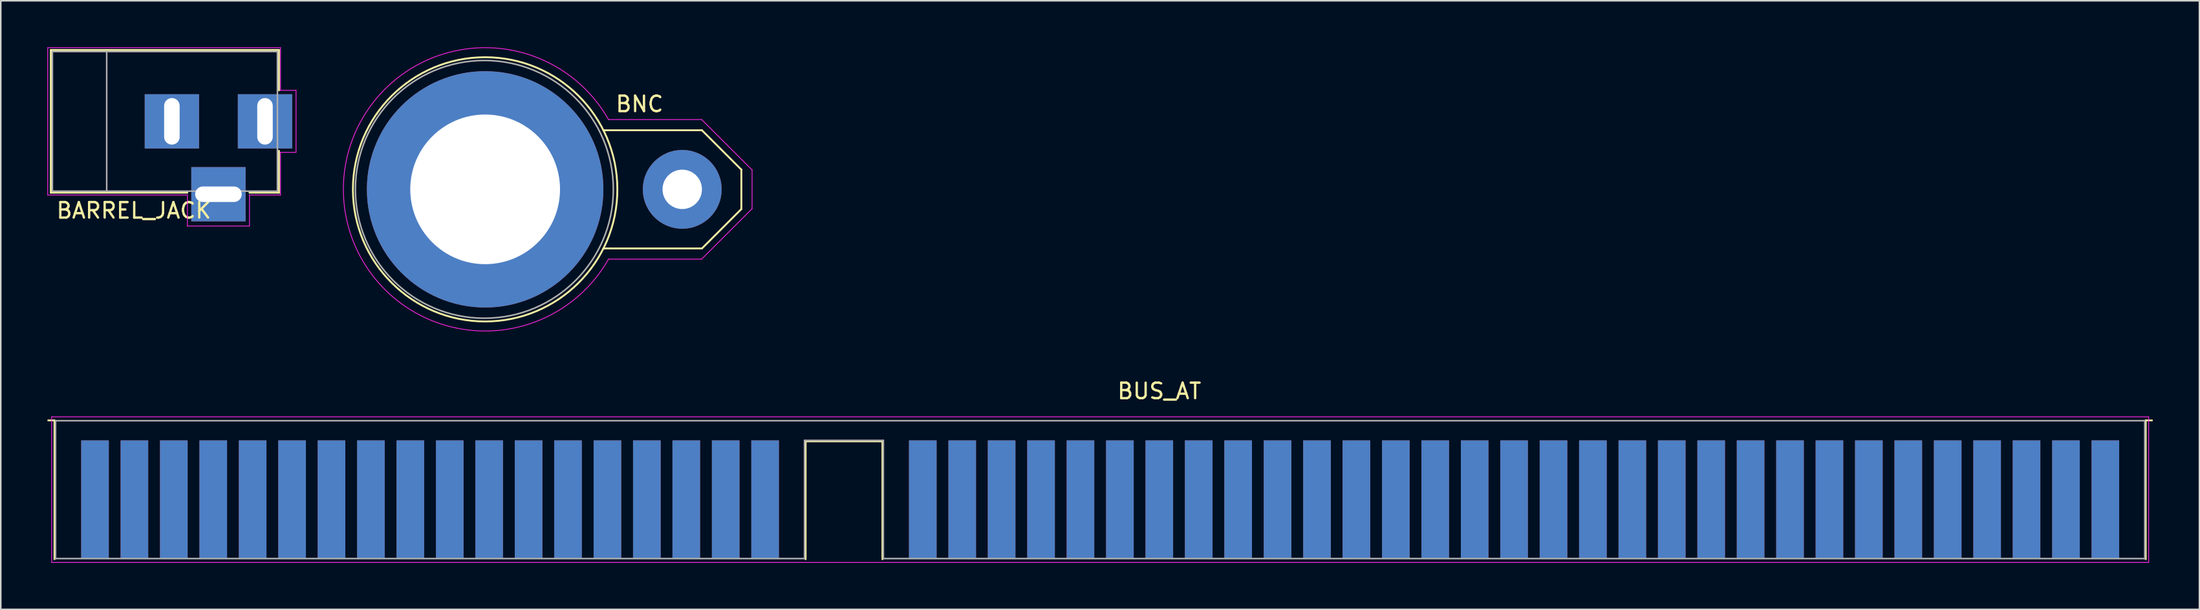
<source format=kicad_pcb>
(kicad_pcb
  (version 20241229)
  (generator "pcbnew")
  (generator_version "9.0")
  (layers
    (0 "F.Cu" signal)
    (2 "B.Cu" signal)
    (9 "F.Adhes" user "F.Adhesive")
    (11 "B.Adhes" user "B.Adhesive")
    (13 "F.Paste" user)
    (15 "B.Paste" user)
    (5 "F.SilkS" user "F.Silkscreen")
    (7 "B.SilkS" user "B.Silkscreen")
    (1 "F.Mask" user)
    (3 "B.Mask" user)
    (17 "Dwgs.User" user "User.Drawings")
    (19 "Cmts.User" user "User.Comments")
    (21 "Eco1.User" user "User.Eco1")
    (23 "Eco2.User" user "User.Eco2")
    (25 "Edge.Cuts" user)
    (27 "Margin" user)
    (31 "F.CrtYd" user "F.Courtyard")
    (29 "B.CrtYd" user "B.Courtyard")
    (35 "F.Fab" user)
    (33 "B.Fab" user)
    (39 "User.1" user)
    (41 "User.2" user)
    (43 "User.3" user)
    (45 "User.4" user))
  (footprint "BARREL_JACK"
    (layer "F.Cu")
    (at 14.025 4.775)
    (property "Reference" "BARREL_JACK" (at -8.45 5.75 180) (layer "F.SilkS") (effects (font (size 1 1) (thickness 0.15))))
    (attr through_hole)
    (fp_line (start -13.8 -4.6) (end 0.9 -4.6) (stroke (width 0.12) (type solid)) (layer "F.SilkS"))
    (fp_line (start -13.8 4.6) (end -13.8 -4.6) (stroke (width 0.12) (type solid)) (layer "F.SilkS"))
    (fp_line (start -5 4.6) (end -13.8 4.6) (stroke (width 0.12) (type solid)) (layer "F.SilkS"))
    (fp_line (start 0.9 -4.6) (end 0.9 -2) (stroke (width 0.12) (type solid)) (layer "F.SilkS"))
    (fp_line (start 0.9 1.9) (end 0.9 4.6) (stroke (width 0.12) (type solid)) (layer "F.SilkS"))
    (fp_line (start 0.9 4.6) (end -1 4.6) (stroke (width 0.12) (type solid)) (layer "F.SilkS"))
    (fp_line (start -14 4.75) (end -14 -4.75) (stroke (width 0.05) (type solid)) (layer "F.CrtYd"))
    (fp_line (start -5 4.75) (end -14 4.75) (stroke (width 0.05) (type solid)) (layer "F.CrtYd"))
    (fp_line (start -5 6.75) (end -5 4.75) (stroke (width 0.05) (type solid)) (layer "F.CrtYd"))
    (fp_line (start -1 4.75) (end -1 6.75) (stroke (width 0.05) (type solid)) (layer "F.CrtYd"))
    (fp_line (start -1 6.75) (end -5 6.75) (stroke (width 0.05) (type solid)) (layer "F.CrtYd"))
    (fp_line (start 1 -4.75) (end -14 -4.75) (stroke (width 0.05) (type solid)) (layer "F.CrtYd"))
    (fp_line (start 1 -4.5) (end 1 -4.75) (stroke (width 0.05) (type solid)) (layer "F.CrtYd"))
    (fp_line (start 1 -4.5) (end 1 -2) (stroke (width 0.05) (type solid)) (layer "F.CrtYd"))
    (fp_line (start 1 -2) (end 2 -2) (stroke (width 0.05) (type solid)) (layer "F.CrtYd"))
    (fp_line (start 1 2) (end 1 4.75) (stroke (width 0.05) (type solid)) (layer "F.CrtYd"))
    (fp_line (start 1 4.75) (end -1 4.75) (stroke (width 0.05) (type solid)) (layer "F.CrtYd"))
    (fp_line (start 2 -2) (end 2 2) (stroke (width 0.05) (type solid)) (layer "F.CrtYd"))
    (fp_line (start 2 2) (end 1 2) (stroke (width 0.05) (type solid)) (layer "F.CrtYd"))
    (fp_line (start -13.7 -4.5) (end -13.7 4.5) (stroke (width 0.1) (type solid)) (layer "F.Fab"))
    (fp_line (start -13.7 4.5) (end 0.8 4.5) (stroke (width 0.1) (type solid)) (layer "F.Fab"))
    (fp_line (start -10.2 -4.5) (end -10.2 4.5) (stroke (width 0.1) (type solid)) (layer "F.Fab"))
    (fp_line (start 0.8 -4.5) (end -13.7 -4.5) (stroke (width 0.1) (type solid)) (layer "F.Fab"))
    (fp_line (start 0.8 4.5) (end 0.8 -4.5) (stroke (width 0.1) (type solid)) (layer "F.Fab"))
    (pad "1" thru_hole rect (at 0 0) (size 3.5 3.5) (drill oval 1 3) (layers "*.Cu" "*.Mask"))
    (pad "2" thru_hole rect (at -6 0) (size 3.5 3.5) (drill oval 1 3) (layers "*.Cu" "*.Mask"))
    (pad "3" thru_hole rect (at -3 4.7) (size 3.5 3.5) (drill oval 3 1) (layers "*.Cu" "*.Mask")))
  (footprint "BUS_AT"
    (layer "F.Cu")
    (at 132.61 29.159)
    (property "Reference" "BUS_AT" (at -60.96 -6.99 0) (layer "F.SilkS") (effects (font (size 1 1) (thickness 0.15))))
    (attr through_hole)
    (fp_line (start -132.15 -5.1) (end -132.55 -5.1) (stroke (width 0.12) (type solid)) (layer "F.SilkS"))
    (fp_line (start -132.15 3.85) (end -132.15 -5.1) (stroke (width 0.12) (type solid)) (layer "F.SilkS"))
    (fp_line (start -83.75 -3.75) (end -78.8 -3.75) (stroke (width 0.12) (type solid)) (layer "F.SilkS"))
    (fp_line (start -83.75 3.85) (end -83.75 -3.75) (stroke (width 0.12) (type solid)) (layer "F.SilkS"))
    (fp_line (start -78.8 -3.75) (end -78.8 3.85) (stroke (width 0.12) (type solid)) (layer "F.SilkS"))
    (fp_line (start 2.6 -5.1) (end 3 -5.1) (stroke (width 0.12) (type solid)) (layer "F.SilkS"))
    (fp_line (start 2.6 3.85) (end 2.6 -5.1) (stroke (width 0.12) (type solid)) (layer "F.SilkS"))
    (fp_line (start -132.33 -5.33) (end -132.33 4.06) (stroke (width 0.05) (type solid)) (layer "F.CrtYd"))
    (fp_line (start -132.33 -5.33) (end 2.79 -5.33) (stroke (width 0.05) (type solid)) (layer "F.CrtYd"))
    (fp_line (start 2.79 4.06) (end -132.33 4.06) (stroke (width 0.05) (type solid)) (layer "F.CrtYd"))
    (fp_line (start 2.79 4.06) (end 2.79 -5.33) (stroke (width 0.05) (type solid)) (layer "F.CrtYd"))
    (fp_line (start -132.08 -5.08) (end 2.54 -5.08) (stroke (width 0.1) (type solid)) (layer "F.Fab"))
    (fp_line (start -132.08 3.81) (end -132.08 -5.08) (stroke (width 0.1) (type solid)) (layer "F.Fab"))
    (fp_line (start -83.82 -3.81) (end -83.82 3.81) (stroke (width 0.1) (type solid)) (layer "F.Fab"))
    (fp_line (start -83.82 3.81) (end -132.08 3.81) (stroke (width 0.1) (type solid)) (layer "F.Fab"))
    (fp_line (start -78.74 -3.81) (end -83.82 -3.81) (stroke (width 0.1) (type solid)) (layer "F.Fab"))
    (fp_line (start -78.74 3.81) (end -78.74 -3.81) (stroke (width 0.1) (type solid)) (layer "F.Fab"))
    (fp_line (start 2.54 -5.08) (end 2.54 3.81) (stroke (width 0.1) (type solid)) (layer "F.Fab"))
    (fp_line (start 2.54 3.81) (end -78.74 3.81) (stroke (width 0.1) (type solid)) (layer "F.Fab"))
    (pad "1" connect rect (at 0 0) (size 1.78 7.62) (layers "B.Cu" "B.Mask"))
    (pad "2" connect rect (at -2.54 0) (size 1.78 7.62) (layers "B.Cu" "B.Mask"))
    (pad "3" connect rect (at -5.08 0) (size 1.78 7.62) (layers "B.Cu" "B.Mask"))
    (pad "4" connect rect (at -7.62 0) (size 1.78 7.62) (layers "B.Cu" "B.Mask"))
    (pad "5" connect rect (at -10.16 0) (size 1.78 7.62) (layers "B.Cu" "B.Mask"))
    (pad "6" connect rect (at -12.7 0) (size 1.78 7.62) (layers "B.Cu" "B.Mask"))
    (pad "7" connect rect (at -15.24 0) (size 1.78 7.62) (layers "B.Cu" "B.Mask"))
    (pad "8" connect rect (at -17.78 0) (size 1.78 7.62) (layers "B.Cu" "B.Mask"))
    (pad "9" connect rect (at -20.32 0) (size 1.78 7.62) (layers "B.Cu" "B.Mask"))
    (pad "10" connect rect (at -22.86 0) (size 1.78 7.62) (layers "B.Cu" "B.Mask"))
    (pad "11" connect rect (at -25.4 0) (size 1.78 7.62) (layers "B.Cu" "B.Mask"))
    (pad "12" connect rect (at -27.94 0) (size 1.78 7.62) (layers "B.Cu" "B.Mask"))
    (pad "13" connect rect (at -30.48 0) (size 1.78 7.62) (layers "B.Cu" "B.Mask"))
    (pad "14" connect rect (at -33.02 0) (size 1.78 7.62) (layers "B.Cu" "B.Mask"))
    (pad "15" connect rect (at -35.56 0) (size 1.78 7.62) (layers "B.Cu" "B.Mask"))
    (pad "16" connect rect (at -38.1 0) (size 1.78 7.62) (layers "B.Cu" "B.Mask"))
    (pad "17" connect rect (at -40.64 0) (size 1.78 7.62) (layers "B.Cu" "B.Mask"))
    (pad "18" connect rect (at -43.18 0) (size 1.78 7.62) (layers "B.Cu" "B.Mask"))
    (pad "19" connect rect (at -45.72 0) (size 1.78 7.62) (layers "B.Cu" "B.Mask"))
    (pad "20" connect rect (at -48.26 0) (size 1.78 7.62) (layers "B.Cu" "B.Mask"))
    (pad "21" connect rect (at -50.8 0) (size 1.78 7.62) (layers "B.Cu" "B.Mask"))
    (pad "22" connect rect (at -53.34 0) (size 1.78 7.62) (layers "B.Cu" "B.Mask"))
    (pad "23" connect rect (at -55.88 0) (size 1.78 7.62) (layers "B.Cu" "B.Mask"))
    (pad "24" connect rect (at -58.42 0) (size 1.78 7.62) (layers "B.Cu" "B.Mask"))
    (pad "25" connect rect (at -60.96 0) (size 1.78 7.62) (layers "B.Cu" "B.Mask"))
    (pad "26" connect rect (at -63.5 0) (size 1.78 7.62) (layers "B.Cu" "B.Mask"))
    (pad "27" connect rect (at -66.04 0) (size 1.78 7.62) (layers "B.Cu" "B.Mask"))
    (pad "28" connect rect (at -68.58 0) (size 1.78 7.62) (layers "B.Cu" "B.Mask"))
    (pad "29" connect rect (at -71.12 0) (size 1.78 7.62) (layers "B.Cu" "B.Mask"))
    (pad "30" connect rect (at -73.66 0) (size 1.78 7.62) (layers "B.Cu" "B.Mask"))
    (pad "31" connect rect (at -76.2 0) (size 1.78 7.62) (layers "B.Cu" "B.Mask"))
    (pad "32" connect rect (at 0 0) (size 1.78 7.62) (layers "F.Cu" "F.Mask"))
    (pad "33" connect rect (at -2.54 0) (size 1.78 7.62) (layers "F.Cu" "F.Mask"))
    (pad "34" connect rect (at -5.08 0) (size 1.78 7.62) (layers "F.Cu" "F.Mask"))
    (pad "35" connect rect (at -7.62 0) (size 1.78 7.62) (layers "F.Cu" "F.Mask"))
    (pad "36" connect rect (at -10.16 0) (size 1.78 7.62) (layers "F.Cu" "F.Mask"))
    (pad "37" connect rect (at -12.7 0) (size 1.78 7.62) (layers "F.Cu" "F.Mask"))
    (pad "38" connect rect (at -15.24 0) (size 1.78 7.62) (layers "F.Cu" "F.Mask"))
    (pad "39" connect rect (at -17.78 0) (size 1.78 7.62) (layers "F.Cu" "F.Mask"))
    (pad "40" connect rect (at -20.32 0) (size 1.78 7.62) (layers "F.Cu" "F.Mask"))
    (pad "41" connect rect (at -22.86 0) (size 1.78 7.62) (layers "F.Cu" "F.Mask"))
    (pad "42" connect rect (at -25.4 0) (size 1.78 7.62) (layers "F.Cu" "F.Mask"))
    (pad "43" connect rect (at -27.94 0) (size 1.78 7.62) (layers "F.Cu" "F.Mask"))
    (pad "44" connect rect (at -30.48 0) (size 1.78 7.62) (layers "F.Cu" "F.Mask"))
    (pad "45" connect rect (at -33.02 0) (size 1.78 7.62) (layers "F.Cu" "F.Mask"))
    (pad "46" connect rect (at -35.56 0) (size 1.78 7.62) (layers "F.Cu" "F.Mask"))
    (pad "47" connect rect (at -38.1 0) (size 1.78 7.62) (layers "F.Cu" "F.Mask"))
    (pad "48" connect rect (at -40.64 0) (size 1.78 7.62) (layers "F.Cu" "F.Mask"))
    (pad "49" connect rect (at -43.18 0) (size 1.78 7.62) (layers "F.Cu" "F.Mask"))
    (pad "50" connect rect (at -45.72 0) (size 1.78 7.62) (layers "F.Cu" "F.Mask"))
    (pad "51" connect rect (at -48.26 0) (size 1.78 7.62) (layers "F.Cu" "F.Mask"))
    (pad "52" connect rect (at -50.8 0) (size 1.78 7.62) (layers "F.Cu" "F.Mask"))
    (pad "53" connect rect (at -53.34 0) (size 1.78 7.62) (layers "F.Cu" "F.Mask"))
    (pad "54" connect rect (at -55.88 0) (size 1.78 7.62) (layers "F.Cu" "F.Mask"))
    (pad "55" connect rect (at -58.42 0) (size 1.78 7.62) (layers "F.Cu" "F.Mask"))
    (pad "56" connect rect (at -60.96 0) (size 1.78 7.62) (layers "F.Cu" "F.Mask"))
    (pad "57" connect rect (at -63.5 0) (size 1.78 7.62) (layers "F.Cu" "F.Mask"))
    (pad "58" connect rect (at -66.04 0) (size 1.78 7.62) (layers "F.Cu" "F.Mask"))
    (pad "59" connect rect (at -68.58 0) (size 1.78 7.62) (layers "F.Cu" "F.Mask"))
    (pad "60" connect rect (at -71.12 0) (size 1.78 7.62) (layers "F.Cu" "F.Mask"))
    (pad "61" connect rect (at -73.66 0) (size 1.78 7.62) (layers "F.Cu" "F.Mask"))
    (pad "62" connect rect (at -76.2 0) (size 1.78 7.62) (layers "F.Cu" "F.Mask"))
    (pad "63" connect rect (at -86.36 0) (size 1.78 7.62) (layers "B.Cu" "B.Mask"))
    (pad "64" connect rect (at -88.9 0) (size 1.78 7.62) (layers "B.Cu" "B.Mask"))
    (pad "65" connect rect (at -91.44 0) (size 1.78 7.62) (layers "B.Cu" "B.Mask"))
    (pad "66" connect rect (at -93.98 0) (size 1.78 7.62) (layers "B.Cu" "B.Mask"))
    (pad "67" connect rect (at -96.52 0) (size 1.78 7.62) (layers "B.Cu" "B.Mask"))
    (pad "68" connect rect (at -99.06 0) (size 1.78 7.62) (layers "B.Cu" "B.Mask"))
    (pad "69" connect rect (at -101.6 0) (size 1.78 7.62) (layers "B.Cu" "B.Mask"))
    (pad "70" connect rect (at -104.14 0) (size 1.78 7.62) (layers "B.Cu" "B.Mask"))
    (pad "71" connect rect (at -106.68 0) (size 1.78 7.62) (layers "B.Cu" "B.Mask"))
    (pad "72" connect rect (at -109.22 0) (size 1.78 7.62) (layers "B.Cu" "B.Mask"))
    (pad "73" connect rect (at -111.76 0) (size 1.78 7.62) (layers "B.Cu" "B.Mask"))
    (pad "74" connect rect (at -114.3 0) (size 1.78 7.62) (layers "B.Cu" "B.Mask"))
    (pad "75" connect rect (at -116.84 0) (size 1.78 7.62) (layers "B.Cu" "B.Mask"))
    (pad "76" connect rect (at -119.38 0) (size 1.78 7.62) (layers "B.Cu" "B.Mask"))
    (pad "77" connect rect (at -121.92 0) (size 1.78 7.62) (layers "B.Cu" "B.Mask"))
    (pad "78" connect rect (at -124.46 0) (size 1.78 7.62) (layers "B.Cu" "B.Mask"))
    (pad "79" connect rect (at -127 0) (size 1.78 7.62) (layers "B.Cu" "B.Mask"))
    (pad "80" connect rect (at -129.54 0) (size 1.78 7.62) (layers "B.Cu" "B.Mask"))
    (pad "81" connect rect (at -86.36 0) (size 1.78 7.62) (layers "F.Cu" "F.Mask"))
    (pad "82" connect rect (at -88.9 0) (size 1.78 7.62) (layers "F.Cu" "F.Mask"))
    (pad "83" connect rect (at -91.44 0) (size 1.78 7.62) (layers "F.Cu" "F.Mask"))
    (pad "84" connect rect (at -93.98 0) (size 1.78 7.62) (layers "F.Cu" "F.Mask"))
    (pad "85" connect rect (at -96.52 0) (size 1.78 7.62) (layers "F.Cu" "F.Mask"))
    (pad "86" connect rect (at -99.06 0) (size 1.78 7.62) (layers "F.Cu" "F.Mask"))
    (pad "87" connect rect (at -101.6 0) (size 1.78 7.62) (layers "F.Cu" "F.Mask"))
    (pad "88" connect rect (at -104.14 0) (size 1.78 7.62) (layers "F.Cu" "F.Mask"))
    (pad "89" connect rect (at -106.68 0) (size 1.78 7.62) (layers "F.Cu" "F.Mask"))
    (pad "90" connect rect (at -109.22 0) (size 1.78 7.62) (layers "F.Cu" "F.Mask"))
    (pad "91" connect rect (at -111.76 0) (size 1.78 7.62) (layers "F.Cu" "F.Mask"))
    (pad "92" connect rect (at -114.3 0) (size 1.78 7.62) (layers "F.Cu" "F.Mask"))
    (pad "93" connect rect (at -116.84 0) (size 1.78 7.62) (layers "F.Cu" "F.Mask"))
    (pad "94" connect rect (at -119.38 0) (size 1.78 7.62) (layers "F.Cu" "F.Mask"))
    (pad "95" connect rect (at -121.92 0) (size 1.78 7.62) (layers "F.Cu" "F.Mask"))
    (pad "96" connect rect (at -124.46 0) (size 1.78 7.62) (layers "F.Cu" "F.Mask"))
    (pad "97" connect rect (at -127 0) (size 1.78 7.62) (layers "F.Cu" "F.Mask"))
    (pad "98" connect rect (at -129.54 0) (size 1.78 7.62) (layers "F.Cu" "F.Mask")))
  (footprint "BNC"
    (layer "F.Cu")
    (at 40.91 9.16)
    (property "Reference" "BNC" (at -2.75 -5.5 0) (layer "F.SilkS") (effects (font (size 1 1) (thickness 0.15))))
    (attr through_hole)
    (fp_line (start -5.08 3.81) (end 1.27 3.81) (stroke (width 0.12) (type solid)) (layer "F.SilkS"))
    (fp_line (start 1.27 -3.81) (end -5.08 -3.81) (stroke (width 0.12) (type solid)) (layer "F.SilkS"))
    (fp_line (start 1.27 3.81) (end 3.81 1.27) (stroke (width 0.12) (type solid)) (layer "F.SilkS"))
    (fp_line (start 3.81 -1.27) (end 1.27 -3.81) (stroke (width 0.12) (type solid)) (layer "F.SilkS"))
    (fp_line (start 3.81 1.27) (end 3.81 -1.27) (stroke (width 0.12) (type solid)) (layer "F.SilkS"))
    (fp_circle (center -12.7 0) (end -5.08 3.81) (stroke (width 0.12) (type solid)) (fill no) (layer "F.SilkS"))
    (fp_line (start -4.75 -4.5) (end 1.25 -4.5) (stroke (width 0.05) (type solid)) (layer "F.CrtYd"))
    (fp_line (start 1.25 -4.5) (end 4.5 -1.25) (stroke (width 0.05) (type solid)) (layer "F.CrtYd"))
    (fp_line (start 1.25 4.5) (end -4.75 4.5) (stroke (width 0.05) (type solid)) (layer "F.CrtYd"))
    (fp_line (start 4.5 -1.25) (end 4.5 1.25) (stroke (width 0.05) (type solid)) (layer "F.CrtYd"))
    (fp_line (start 4.5 1.25) (end 1.25 4.5) (stroke (width 0.05) (type solid)) (layer "F.CrtYd"))
    (fp_arc (start -4.75 4.5) (mid -21.835234 -0.001833) (end -4.748194 -4.496809) (stroke (width 0.05) (type solid)) (layer "F.CrtYd"))
    (fp_circle (center -12.75 0) (end -6.75 5.75) (stroke (width 0.1) (type solid)) (fill no) (layer "F.Fab"))
    (pad "1" thru_hole circle (at 0 0) (size 5.08 5.08) (drill 2.54) (layers "*.Cu" "*.Mask"))
    (pad "2" thru_hole circle (at -12.7 0) (size 15.24 15.24) (drill 9.65) (layers "*.Cu" "*.Mask")))
  (gr_rect
    (start -3 -3)
    (end 138.67 36.244)
    (stroke (width 0.1) (type default))
    (fill no)
    (layer "Edge.Cuts")))
</source>
